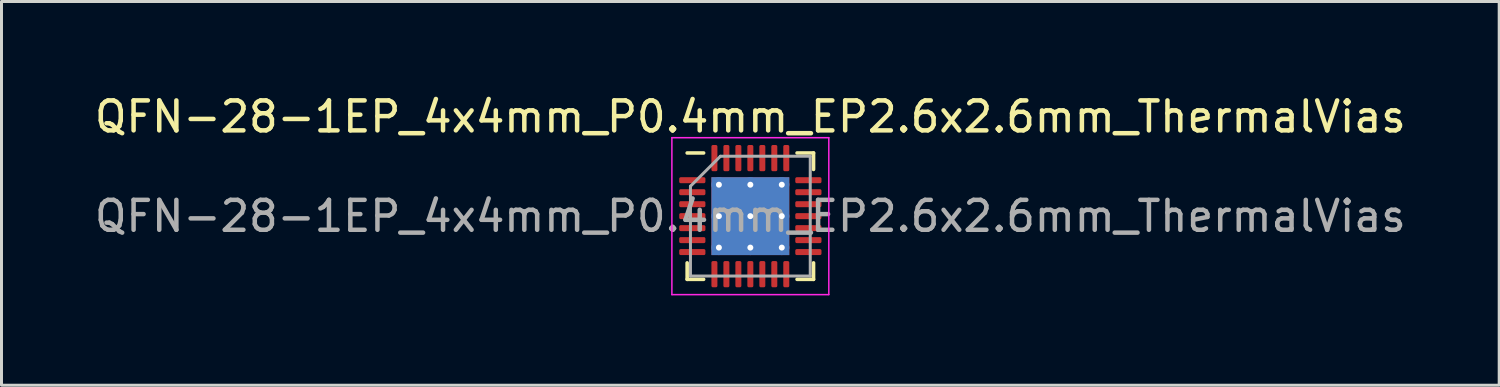
<source format=kicad_pcb>
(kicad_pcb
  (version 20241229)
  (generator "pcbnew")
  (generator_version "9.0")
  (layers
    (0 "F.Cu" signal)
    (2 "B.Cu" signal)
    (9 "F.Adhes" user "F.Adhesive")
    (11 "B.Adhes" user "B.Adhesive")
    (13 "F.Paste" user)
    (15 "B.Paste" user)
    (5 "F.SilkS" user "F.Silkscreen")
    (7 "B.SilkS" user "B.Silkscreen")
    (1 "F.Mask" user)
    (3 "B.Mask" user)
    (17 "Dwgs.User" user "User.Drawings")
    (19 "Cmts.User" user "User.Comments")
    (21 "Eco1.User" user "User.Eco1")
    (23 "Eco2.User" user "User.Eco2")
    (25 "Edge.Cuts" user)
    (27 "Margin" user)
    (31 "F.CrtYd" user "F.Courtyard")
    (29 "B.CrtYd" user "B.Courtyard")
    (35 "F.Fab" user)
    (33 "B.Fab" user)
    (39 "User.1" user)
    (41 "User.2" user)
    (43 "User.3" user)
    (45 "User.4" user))
  (footprint "QFN-28-1EP_4x4mm_P0.4mm_EP2.6x2.6mm_ThermalVias"
    (layer "F.Cu")
    (at 22.006 4.168)
    (property "Reference" "QFN-28-1EP_4x4mm_P0.4mm_EP2.6x2.6mm_ThermalVias" (at 0 -3.32 0) (layer "F.SilkS") (effects (font (size 1 1) (thickness 0.15))))
    (attr smd)
    (fp_line (start -2.11 2.11) (end -2.11 1.56) (stroke (width 0.12) (type solid)) (layer "F.SilkS"))
    (fp_line (start -1.56 -2.11) (end -2.11 -2.11) (stroke (width 0.12) (type solid)) (layer "F.SilkS"))
    (fp_line (start -1.56 2.11) (end -2.11 2.11) (stroke (width 0.12) (type solid)) (layer "F.SilkS"))
    (fp_line (start 1.56 -2.11) (end 2.11 -2.11) (stroke (width 0.12) (type solid)) (layer "F.SilkS"))
    (fp_line (start 1.56 2.11) (end 2.11 2.11) (stroke (width 0.12) (type solid)) (layer "F.SilkS"))
    (fp_line (start 2.11 -2.11) (end 2.11 -1.56) (stroke (width 0.12) (type solid)) (layer "F.SilkS"))
    (fp_line (start 2.11 2.11) (end 2.11 1.56) (stroke (width 0.12) (type solid)) (layer "F.SilkS"))
    (fp_line (start -2.62 -2.62) (end -2.62 2.62) (stroke (width 0.05) (type solid)) (layer "F.CrtYd"))
    (fp_line (start -2.62 2.62) (end 2.62 2.62) (stroke (width 0.05) (type solid)) (layer "F.CrtYd"))
    (fp_line (start 2.62 -2.62) (end -2.62 -2.62) (stroke (width 0.05) (type solid)) (layer "F.CrtYd"))
    (fp_line (start 2.62 2.62) (end 2.62 -2.62) (stroke (width 0.05) (type solid)) (layer "F.CrtYd"))
    (fp_line (start -2 -1) (end -1 -2) (stroke (width 0.1) (type solid)) (layer "F.Fab"))
    (fp_line (start -2 2) (end -2 -1) (stroke (width 0.1) (type solid)) (layer "F.Fab"))
    (fp_line (start -1 -2) (end 2 -2) (stroke (width 0.1) (type solid)) (layer "F.Fab"))
    (fp_line (start 2 -2) (end 2 2) (stroke (width 0.1) (type solid)) (layer "F.Fab"))
    (fp_line (start 2 2) (end -2 2) (stroke (width 0.1) (type solid)) (layer "F.Fab"))
    (fp_text user "${REFERENCE}" (at 0 0 0) (layer "F.Fab") (effects (font (size 1 1) (thickness 0.15))))
    (pad "" smd roundrect (at -0.65 -0.65) (size 1.13 1.13) (layers "F.Paste") (roundrect_rratio 0.25))
    (pad "" smd roundrect (at -0.65 0.65) (size 1.13 1.13) (layers "F.Paste") (roundrect_rratio 0.25))
    (pad "" smd roundrect (at 0.65 -0.65) (size 1.13 1.13) (layers "F.Paste") (roundrect_rratio 0.25))
    (pad "" smd roundrect (at 0.65 0.65) (size 1.13 1.13) (layers "F.Paste") (roundrect_rratio 0.25))
    (pad "1" smd roundrect (at -1.938 -1.2) (size 0.875 0.2) (layers "F.Cu" "F.Mask" "F.Paste") (roundrect_rratio 0.25))
    (pad "2" smd roundrect (at -1.938 -0.8) (size 0.875 0.2) (layers "F.Cu" "F.Mask" "F.Paste") (roundrect_rratio 0.25))
    (pad "3" smd roundrect (at -1.938 -0.4) (size 0.875 0.2) (layers "F.Cu" "F.Mask" "F.Paste") (roundrect_rratio 0.25))
    (pad "4" smd roundrect (at -1.938 0) (size 0.875 0.2) (layers "F.Cu" "F.Mask" "F.Paste") (roundrect_rratio 0.25))
    (pad "5" smd roundrect (at -1.938 0.4) (size 0.875 0.2) (layers "F.Cu" "F.Mask" "F.Paste") (roundrect_rratio 0.25))
    (pad "6" smd roundrect (at -1.938 0.8) (size 0.875 0.2) (layers "F.Cu" "F.Mask" "F.Paste") (roundrect_rratio 0.25))
    (pad "7" smd roundrect (at -1.938 1.2) (size 0.875 0.2) (layers "F.Cu" "F.Mask" "F.Paste") (roundrect_rratio 0.25))
    (pad "8" smd roundrect (at -1.2 1.938) (size 0.2 0.875) (layers "F.Cu" "F.Mask" "F.Paste") (roundrect_rratio 0.25))
    (pad "9" smd roundrect (at -0.8 1.938) (size 0.2 0.875) (layers "F.Cu" "F.Mask" "F.Paste") (roundrect_rratio 0.25))
    (pad "10" smd roundrect (at -0.4 1.938) (size 0.2 0.875) (layers "F.Cu" "F.Mask" "F.Paste") (roundrect_rratio 0.25))
    (pad "11" smd roundrect (at 0 1.938) (size 0.2 0.875) (layers "F.Cu" "F.Mask" "F.Paste") (roundrect_rratio 0.25))
    (pad "12" smd roundrect (at 0.4 1.938) (size 0.2 0.875) (layers "F.Cu" "F.Mask" "F.Paste") (roundrect_rratio 0.25))
    (pad "13" smd roundrect (at 0.8 1.938) (size 0.2 0.875) (layers "F.Cu" "F.Mask" "F.Paste") (roundrect_rratio 0.25))
    (pad "14" smd roundrect (at 1.2 1.938) (size 0.2 0.875) (layers "F.Cu" "F.Mask" "F.Paste") (roundrect_rratio 0.25))
    (pad "15" smd roundrect (at 1.938 1.2) (size 0.875 0.2) (layers "F.Cu" "F.Mask" "F.Paste") (roundrect_rratio 0.25))
    (pad "16" smd roundrect (at 1.938 0.8) (size 0.875 0.2) (layers "F.Cu" "F.Mask" "F.Paste") (roundrect_rratio 0.25))
    (pad "17" smd roundrect (at 1.938 0.4) (size 0.875 0.2) (layers "F.Cu" "F.Mask" "F.Paste") (roundrect_rratio 0.25))
    (pad "18" smd roundrect (at 1.938 0) (size 0.875 0.2) (layers "F.Cu" "F.Mask" "F.Paste") (roundrect_rratio 0.25))
    (pad "19" smd roundrect (at 1.938 -0.4) (size 0.875 0.2) (layers "F.Cu" "F.Mask" "F.Paste") (roundrect_rratio 0.25))
    (pad "20" smd roundrect (at 1.938 -0.8) (size 0.875 0.2) (layers "F.Cu" "F.Mask" "F.Paste") (roundrect_rratio 0.25))
    (pad "21" smd roundrect (at 1.938 -1.2) (size 0.875 0.2) (layers "F.Cu" "F.Mask" "F.Paste") (roundrect_rratio 0.25))
    (pad "22" smd roundrect (at 1.2 -1.938) (size 0.2 0.875) (layers "F.Cu" "F.Mask" "F.Paste") (roundrect_rratio 0.25))
    (pad "23" smd roundrect (at 0.8 -1.938) (size 0.2 0.875) (layers "F.Cu" "F.Mask" "F.Paste") (roundrect_rratio 0.25))
    (pad "24" smd roundrect (at 0.4 -1.938) (size 0.2 0.875) (layers "F.Cu" "F.Mask" "F.Paste") (roundrect_rratio 0.25))
    (pad "25" smd roundrect (at 0 -1.938) (size 0.2 0.875) (layers "F.Cu" "F.Mask" "F.Paste") (roundrect_rratio 0.25))
    (pad "26" smd roundrect (at -0.4 -1.938) (size 0.2 0.875) (layers "F.Cu" "F.Mask" "F.Paste") (roundrect_rratio 0.25))
    (pad "27" smd roundrect (at -0.8 -1.938) (size 0.2 0.875) (layers "F.Cu" "F.Mask" "F.Paste") (roundrect_rratio 0.25))
    (pad "28" smd roundrect (at -1.2 -1.938) (size 0.2 0.875) (layers "F.Cu" "F.Mask" "F.Paste") (roundrect_rratio 0.25))
    (pad "29" thru_hole circle (at -1.05 -1.05) (size 0.5 0.5) (drill 0.2) (layers "*.Cu"))
    (pad "29" thru_hole circle (at -1.05 0) (size 0.5 0.5) (drill 0.2) (layers "*.Cu"))
    (pad "29" thru_hole circle (at -1.05 1.05) (size 0.5 0.5) (drill 0.2) (layers "*.Cu"))
    (pad "29" thru_hole circle (at 0 -1.05) (size 0.5 0.5) (drill 0.2) (layers "*.Cu"))
    (pad "29" thru_hole circle (at 0 0) (size 0.5 0.5) (drill 0.2) (layers "*.Cu"))
    (pad "29" smd rect (at 0 0) (size 2.6 2.6) (layers "F.Cu" "F.Mask"))
    (pad "29" smd rect (at 0 0) (size 2.6 2.6) (layers "B.Cu"))
    (pad "29" thru_hole circle (at 0 1.05) (size 0.5 0.5) (drill 0.2) (layers "*.Cu"))
    (pad "29" thru_hole circle (at 1.05 -1.05) (size 0.5 0.5) (drill 0.2) (layers "*.Cu"))
    (pad "29" thru_hole circle (at 1.05 0) (size 0.5 0.5) (drill 0.2) (layers "*.Cu"))
    (pad "29" thru_hole circle (at 1.05 1.05) (size 0.5 0.5) (drill 0.2) (layers "*.Cu")))
  (gr_rect
    (start -3 -3)
    (end 47.012 9.813)
    (stroke (width 0.1) (type default))
    (fill no)
    (layer "Edge.Cuts")))
</source>
